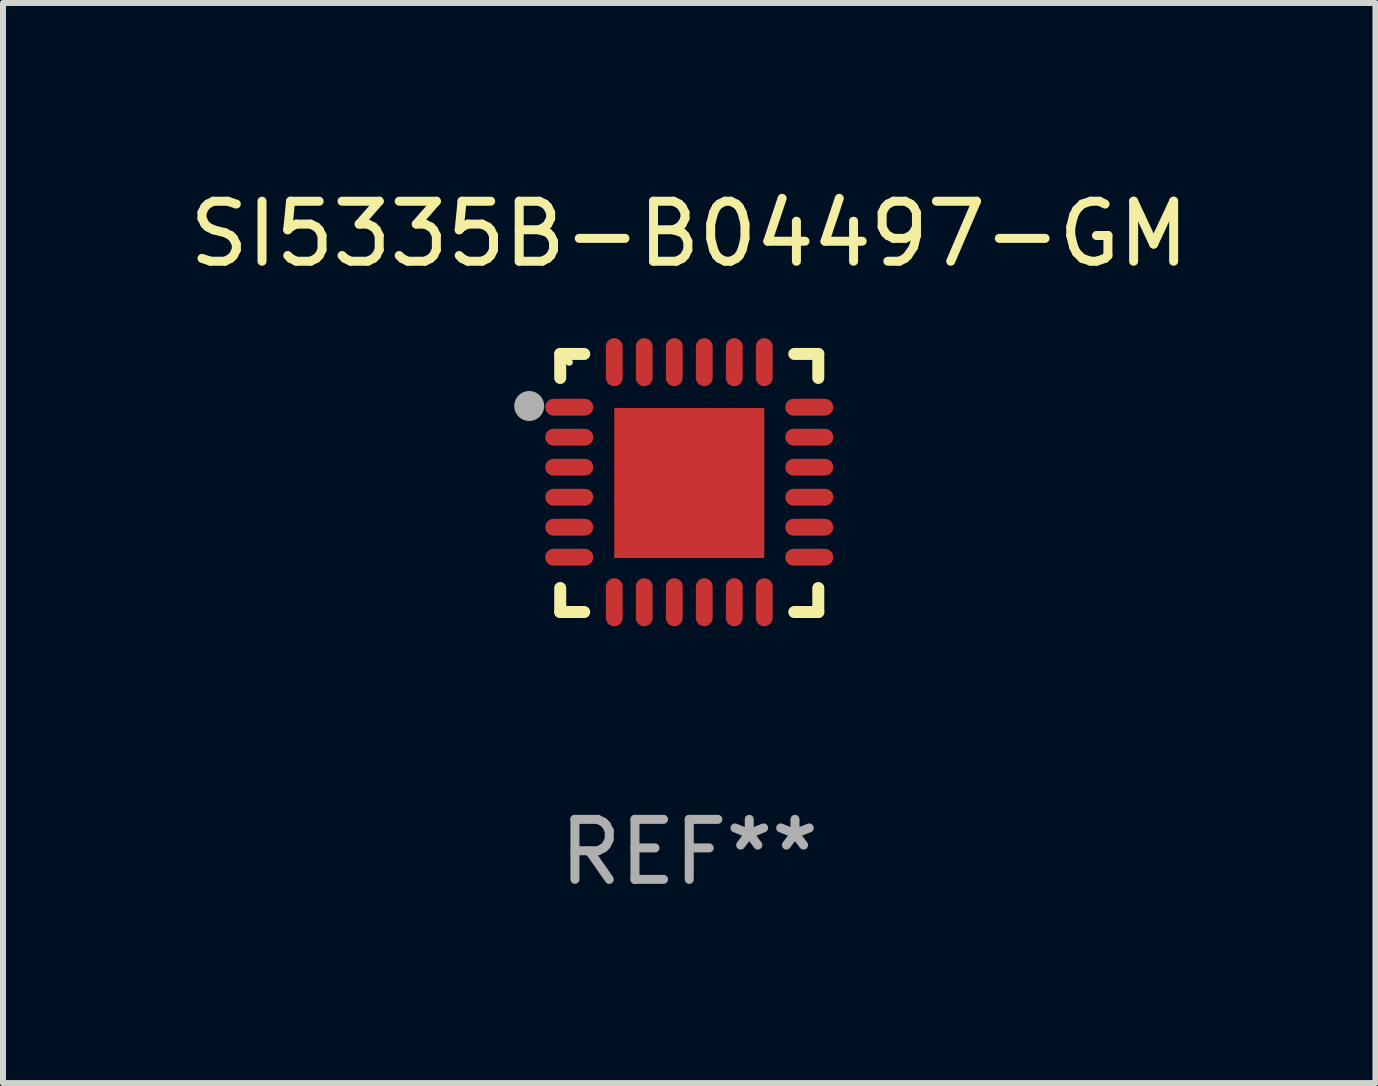
<source format=kicad_pcb>
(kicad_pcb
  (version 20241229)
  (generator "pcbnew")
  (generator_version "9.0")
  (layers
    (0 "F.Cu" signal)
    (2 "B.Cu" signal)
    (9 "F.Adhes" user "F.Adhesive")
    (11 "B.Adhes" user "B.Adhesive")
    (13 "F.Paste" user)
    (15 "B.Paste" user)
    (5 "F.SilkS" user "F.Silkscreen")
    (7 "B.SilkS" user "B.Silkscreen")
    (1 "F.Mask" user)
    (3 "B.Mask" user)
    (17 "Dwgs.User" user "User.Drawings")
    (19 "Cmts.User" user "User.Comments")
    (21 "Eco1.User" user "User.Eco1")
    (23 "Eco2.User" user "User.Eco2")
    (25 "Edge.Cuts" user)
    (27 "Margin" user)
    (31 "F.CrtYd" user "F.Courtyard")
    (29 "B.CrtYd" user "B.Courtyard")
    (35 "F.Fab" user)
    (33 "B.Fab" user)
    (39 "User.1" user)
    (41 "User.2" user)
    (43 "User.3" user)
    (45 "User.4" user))
  (footprint "SI5335B-B04497-GM"
    (layer "F.Cu")
    (at 8.435 4.998)
    (property "Reference" "SI5335B-B04497-GM" (at 0 -4.15 0) (layer "F.SilkS") (effects (font (size 1 1) (thickness 0.15))))
    (attr through_hole)
    (fp_line (start -2.15 -2.15) (end -1.75 -2.15) (stroke (width 0.2) (type solid)) (layer "F.SilkS"))
    (fp_line (start -2.15 -1.75) (end -2.15 -2.15) (stroke (width 0.2) (type solid)) (layer "F.SilkS"))
    (fp_line (start -2.15 2.15) (end -2.15 1.75) (stroke (width 0.2) (type solid)) (layer "F.SilkS"))
    (fp_line (start -1.75 2.15) (end -2.15 2.15) (stroke (width 0.2) (type solid)) (layer "F.SilkS"))
    (fp_line (start 1.75 -2.15) (end 2.15 -2.15) (stroke (width 0.2) (type solid)) (layer "F.SilkS"))
    (fp_line (start 1.75 2.15) (end 2.15 2.15) (stroke (width 0.2) (type solid)) (layer "F.SilkS"))
    (fp_line (start 2.15 -2.15) (end 2.15 -1.75) (stroke (width 0.2) (type solid)) (layer "F.SilkS"))
    (fp_line (start 2.15 2.15) (end 2.15 1.75) (stroke (width 0.2) (type solid)) (layer "F.SilkS"))
    (fp_circle (center -2 -2.013) (end -1.97 -2.013) (stroke (width 0.06) (type solid)) (fill no) (layer "F.SilkS"))
    (fp_circle (center -2.667 -1.283) (end -2.542 -1.283) (stroke (width 0.25) (type solid)) (fill no) (layer "F.Fab"))
    (fp_text user "REF**" (at 0 6.15 0) (layer "F.Fab") (effects (font (size 1 1) (thickness 0.15))))
    (pad "1" smd oval (at -2 -1.263) (size 0.8 0.28) (layers "F.Cu" "F.Mask" "F.Paste"))
    (pad "2" smd oval (at -2 -0.763) (size 0.8 0.28) (layers "F.Cu" "F.Mask" "F.Paste"))
    (pad "3" smd oval (at -2 -0.263) (size 0.8 0.28) (layers "F.Cu" "F.Mask" "F.Paste"))
    (pad "4" smd oval (at -2 0.237) (size 0.8 0.28) (layers "F.Cu" "F.Mask" "F.Paste"))
    (pad "5" smd oval (at -2 0.737) (size 0.8 0.28) (layers "F.Cu" "F.Mask" "F.Paste"))
    (pad "6" smd oval (at -2 1.237) (size 0.8 0.28) (layers "F.Cu" "F.Mask" "F.Paste"))
    (pad "7" smd oval (at -1.25 1.987) (size 0.28 0.8) (layers "F.Cu" "F.Mask" "F.Paste"))
    (pad "8" smd oval (at -0.75 1.987) (size 0.28 0.8) (layers "F.Cu" "F.Mask" "F.Paste"))
    (pad "9" smd oval (at -0.25 1.987) (size 0.28 0.8) (layers "F.Cu" "F.Mask" "F.Paste"))
    (pad "10" smd oval (at 0.25 1.987) (size 0.28 0.8) (layers "F.Cu" "F.Mask" "F.Paste"))
    (pad "11" smd oval (at 0.75 1.987) (size 0.28 0.8) (layers "F.Cu" "F.Mask" "F.Paste"))
    (pad "12" smd oval (at 1.25 1.987) (size 0.28 0.8) (layers "F.Cu" "F.Mask" "F.Paste"))
    (pad "13" smd oval (at 2 1.237) (size 0.8 0.28) (layers "F.Cu" "F.Mask" "F.Paste"))
    (pad "14" smd oval (at 2 0.737) (size 0.8 0.28) (layers "F.Cu" "F.Mask" "F.Paste"))
    (pad "15" smd oval (at 2 0.237) (size 0.8 0.28) (layers "F.Cu" "F.Mask" "F.Paste"))
    (pad "16" smd oval (at 2 -0.263) (size 0.8 0.28) (layers "F.Cu" "F.Mask" "F.Paste"))
    (pad "17" smd oval (at 2 -0.763) (size 0.8 0.28) (layers "F.Cu" "F.Mask" "F.Paste"))
    (pad "18" smd oval (at 2 -1.263) (size 0.8 0.28) (layers "F.Cu" "F.Mask" "F.Paste"))
    (pad "19" smd oval (at 1.25 -2.013) (size 0.28 0.8) (layers "F.Cu" "F.Mask" "F.Paste"))
    (pad "20" smd oval (at 0.75 -2.013) (size 0.28 0.8) (layers "F.Cu" "F.Mask" "F.Paste"))
    (pad "21" smd oval (at 0.25 -2.013) (size 0.28 0.8) (layers "F.Cu" "F.Mask" "F.Paste"))
    (pad "22" smd oval (at -0.25 -2.013) (size 0.28 0.8) (layers "F.Cu" "F.Mask" "F.Paste"))
    (pad "23" smd oval (at -0.75 -2.013) (size 0.28 0.8) (layers "F.Cu" "F.Mask" "F.Paste"))
    (pad "24" smd oval (at -1.25 -2.013) (size 0.28 0.8) (layers "F.Cu" "F.Mask" "F.Paste"))
    (pad "25" smd rect (at -0.000127 -0.00014) (size 2.5 2.5) (layers "F.Cu" "F.Mask" "F.Paste")))
  (gr_rect
    (start -3 -3)
    (end 19.869 14.997)
    (stroke (width 0.1) (type default))
    (fill no)
    (layer "Edge.Cuts")))
</source>
